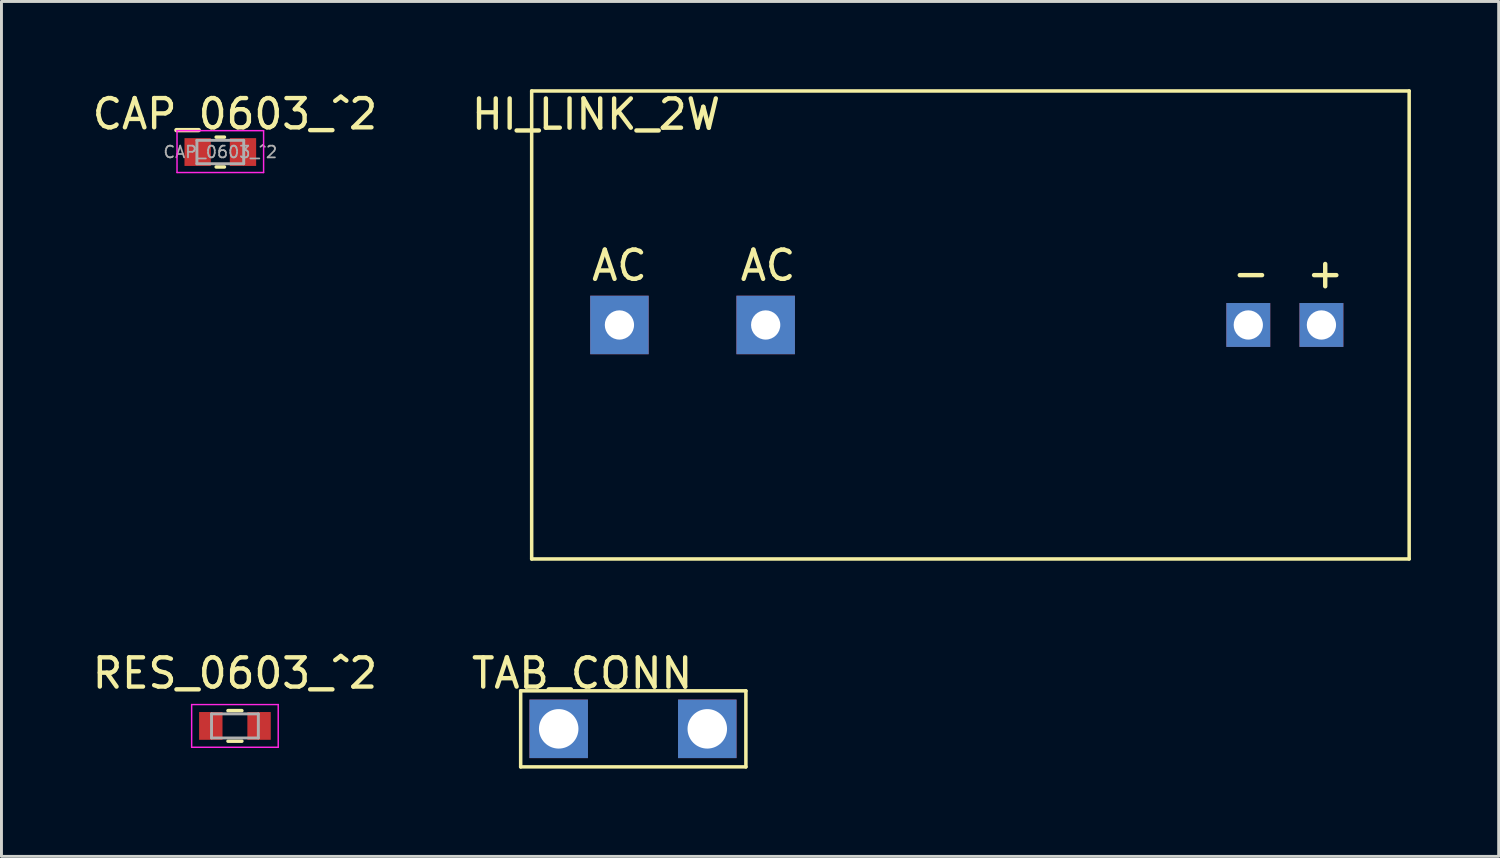
<source format=kicad_pcb>
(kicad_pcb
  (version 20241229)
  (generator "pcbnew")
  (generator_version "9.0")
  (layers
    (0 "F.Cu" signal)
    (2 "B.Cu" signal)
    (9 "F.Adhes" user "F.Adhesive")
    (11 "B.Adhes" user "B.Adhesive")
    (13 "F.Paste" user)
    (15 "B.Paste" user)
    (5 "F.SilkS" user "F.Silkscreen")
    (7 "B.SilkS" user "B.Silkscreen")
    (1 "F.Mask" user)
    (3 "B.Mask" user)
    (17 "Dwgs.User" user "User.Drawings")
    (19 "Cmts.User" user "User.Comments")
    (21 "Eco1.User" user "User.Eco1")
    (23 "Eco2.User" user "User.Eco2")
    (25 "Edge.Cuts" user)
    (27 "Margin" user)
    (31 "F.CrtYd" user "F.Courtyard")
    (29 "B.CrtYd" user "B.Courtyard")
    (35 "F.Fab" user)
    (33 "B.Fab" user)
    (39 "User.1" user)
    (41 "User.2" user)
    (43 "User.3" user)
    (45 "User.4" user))
  (footprint "RES_0603_^2"
    (layer "F.Cu")
    (at 4.982 21.768)
    (property "Reference" "RES_0603_^2" (at 0 -1.8 0) (layer "F.SilkS") (effects (font (size 1 1) (thickness 0.15))))
    (attr through_hole)
    (fp_line (start -0.237 -0.522) (end 0.237 -0.522) (stroke (width 0.12) (type solid)) (layer "F.SilkS"))
    (fp_line (start -0.237 0.522) (end 0.237 0.522) (stroke (width 0.12) (type solid)) (layer "F.SilkS"))
    (fp_line (start -1.48 -0.73) (end 1.48 -0.73) (stroke (width 0.05) (type solid)) (layer "F.CrtYd"))
    (fp_line (start -1.48 0.73) (end -1.48 -0.73) (stroke (width 0.05) (type solid)) (layer "F.CrtYd"))
    (fp_line (start 1.48 -0.73) (end 1.48 0.73) (stroke (width 0.05) (type solid)) (layer "F.CrtYd"))
    (fp_line (start 1.48 0.73) (end -1.48 0.73) (stroke (width 0.05) (type solid)) (layer "F.CrtYd"))
    (fp_line (start -0.8 -0.412) (end 0.8 -0.412) (stroke (width 0.1) (type solid)) (layer "F.Fab"))
    (fp_line (start -0.8 0.412) (end -0.8 -0.412) (stroke (width 0.1) (type solid)) (layer "F.Fab"))
    (fp_line (start 0.8 -0.412) (end 0.8 0.412) (stroke (width 0.1) (type solid)) (layer "F.Fab"))
    (fp_line (start 0.8 0.412) (end -0.8 0.412) (stroke (width 0.1) (type solid)) (layer "F.Fab"))
    (pad "1" smd rect (at -0.825 0 180) (size 0.8 0.95) (layers "F.Cu" "F.Mask" "F.Paste"))
    (pad "2" smd rect (at 0.825 0) (size 0.8 0.95) (layers "F.Cu" "F.Mask" "F.Paste")))
  (footprint "HI_LINK_2W"
    (layer "F.Cu")
    (at 18.127 8.06)
    (property "Reference" "HI_LINK_2W" (at -0.8 -7.2 0) (layer "F.SilkS") (effects (font (size 1 1) (thickness 0.15))))
    (attr through_hole)
    (fp_line (start -3 -8) (end 27 -8) (stroke (width 0.12) (type solid)) (layer "F.SilkS"))
    (fp_line (start -3 8) (end -3 -8) (stroke (width 0.12) (type solid)) (layer "F.SilkS"))
    (fp_line (start -3 8) (end 27 8) (stroke (width 0.12) (type solid)) (layer "F.SilkS"))
    (fp_line (start 27 -8) (end 27 8) (stroke (width 0.12) (type solid)) (layer "F.SilkS"))
    (fp_text user "-" (at 21.59 -1.778 0) (layer "F.SilkS") (effects (font (size 1 1) (thickness 0.15))))
    (fp_text user "AC" (at 5.08 -2.032 0) (layer "F.SilkS") (effects (font (size 1 1) (thickness 0.15))))
    (fp_text user "+" (at 24.13 -1.778 0) (layer "F.SilkS") (effects (font (size 1 1) (thickness 0.15))))
    (fp_text user "AC" (at 0 -2.032 0) (layer "F.SilkS") (effects (font (size 1 1) (thickness 0.15))))
    (pad "1" thru_hole rect (at 0 0) (size 2 2) (drill 1) (layers "*.Cu" "*.Mask"))
    (pad "2" thru_hole rect (at 5 0) (size 2 2) (drill 1) (layers "*.Cu" "*.Mask"))
    (pad "3" thru_hole rect (at 21.5 0) (size 1.5 1.5) (drill 1) (layers "*.Cu" "*.Mask"))
    (pad "4" thru_hole rect (at 24 0) (size 1.5 1.5) (drill 1) (layers "*.Cu" "*.Mask")))
  (footprint "CAP_0603_^2"
    (layer "F.Cu")
    (at 4.482 2.148)
    (property "Reference" "CAP_0603_^2" (at 0.5 -1.3 0) (layer "F.SilkS") (effects (font (size 1 1) (thickness 0.15))))
    (attr through_hole)
    (fp_line (start -0.141 -0.51) (end 0.141 -0.51) (stroke (width 0.12) (type solid)) (layer "F.SilkS"))
    (fp_line (start -0.141 0.51) (end 0.141 0.51) (stroke (width 0.12) (type solid)) (layer "F.SilkS"))
    (fp_line (start -1.48 -0.73) (end 1.48 -0.73) (stroke (width 0.05) (type solid)) (layer "F.CrtYd"))
    (fp_line (start -1.48 0.7) (end -1.48 -0.73) (stroke (width 0.05) (type solid)) (layer "F.CrtYd"))
    (fp_line (start -1.48 0.7) (end 1.48 0.7) (stroke (width 0.05) (type solid)) (layer "F.CrtYd"))
    (fp_line (start 1.48 0.7) (end 1.48 -0.73) (stroke (width 0.05) (type solid)) (layer "F.CrtYd"))
    (fp_line (start -0.8 -0.4) (end 0.8 -0.4) (stroke (width 0.1) (type solid)) (layer "F.Fab"))
    (fp_line (start -0.8 0.4) (end -0.8 -0.4) (stroke (width 0.1) (type solid)) (layer "F.Fab"))
    (fp_line (start 0.8 -0.4) (end 0.8 0.4) (stroke (width 0.1) (type solid)) (layer "F.Fab"))
    (fp_line (start 0.8 0.4) (end -0.8 0.4) (stroke (width 0.1) (type solid)) (layer "F.Fab"))
    (fp_text user "${REFERENCE}" (at 0 0 0) (layer "F.Fab") (effects (font (size 0.4 0.4) (thickness 0.06))))
    (pad "1" smd rect (at -0.775 0) (size 0.9 0.95) (layers "F.Cu" "F.Mask" "F.Paste"))
    (pad "2" smd rect (at 0.775 0) (size 0.9 0.95) (layers "F.Cu" "F.Mask" "F.Paste")))
  (footprint "TAB_CONN"
    (layer "F.Cu")
    (at 18.551 21.868)
    (property "Reference" "TAB_CONN" (at -1.7 -1.9 0) (layer "F.SilkS") (effects (font (size 1 1) (thickness 0.15))))
    (attr through_hole)
    (fp_line (start -3.8 -1.3) (end 3.9 -1.3) (stroke (width 0.12) (type solid)) (layer "F.SilkS"))
    (fp_line (start -3.8 1.3) (end -3.8 -1.3) (stroke (width 0.12) (type solid)) (layer "F.SilkS"))
    (fp_line (start 3.9 -1.3) (end 3.9 1.3) (stroke (width 0.12) (type solid)) (layer "F.SilkS"))
    (fp_line (start 3.9 1.3) (end -3.8 1.3) (stroke (width 0.12) (type solid)) (layer "F.SilkS"))
    (pad "1" thru_hole rect (at -2.5 0) (size 2 2) (drill 1.35) (layers "*.Cu" "*.Mask"))
    (pad "1" thru_hole rect (at 2.58 0) (size 2 2) (drill 1.35) (layers "*.Cu" "*.Mask")))
  (gr_rect
    (start -3 -3)
    (end 48.187 26.228)
    (stroke (width 0.1) (type default))
    (fill no)
    (layer "Edge.Cuts")))
</source>
